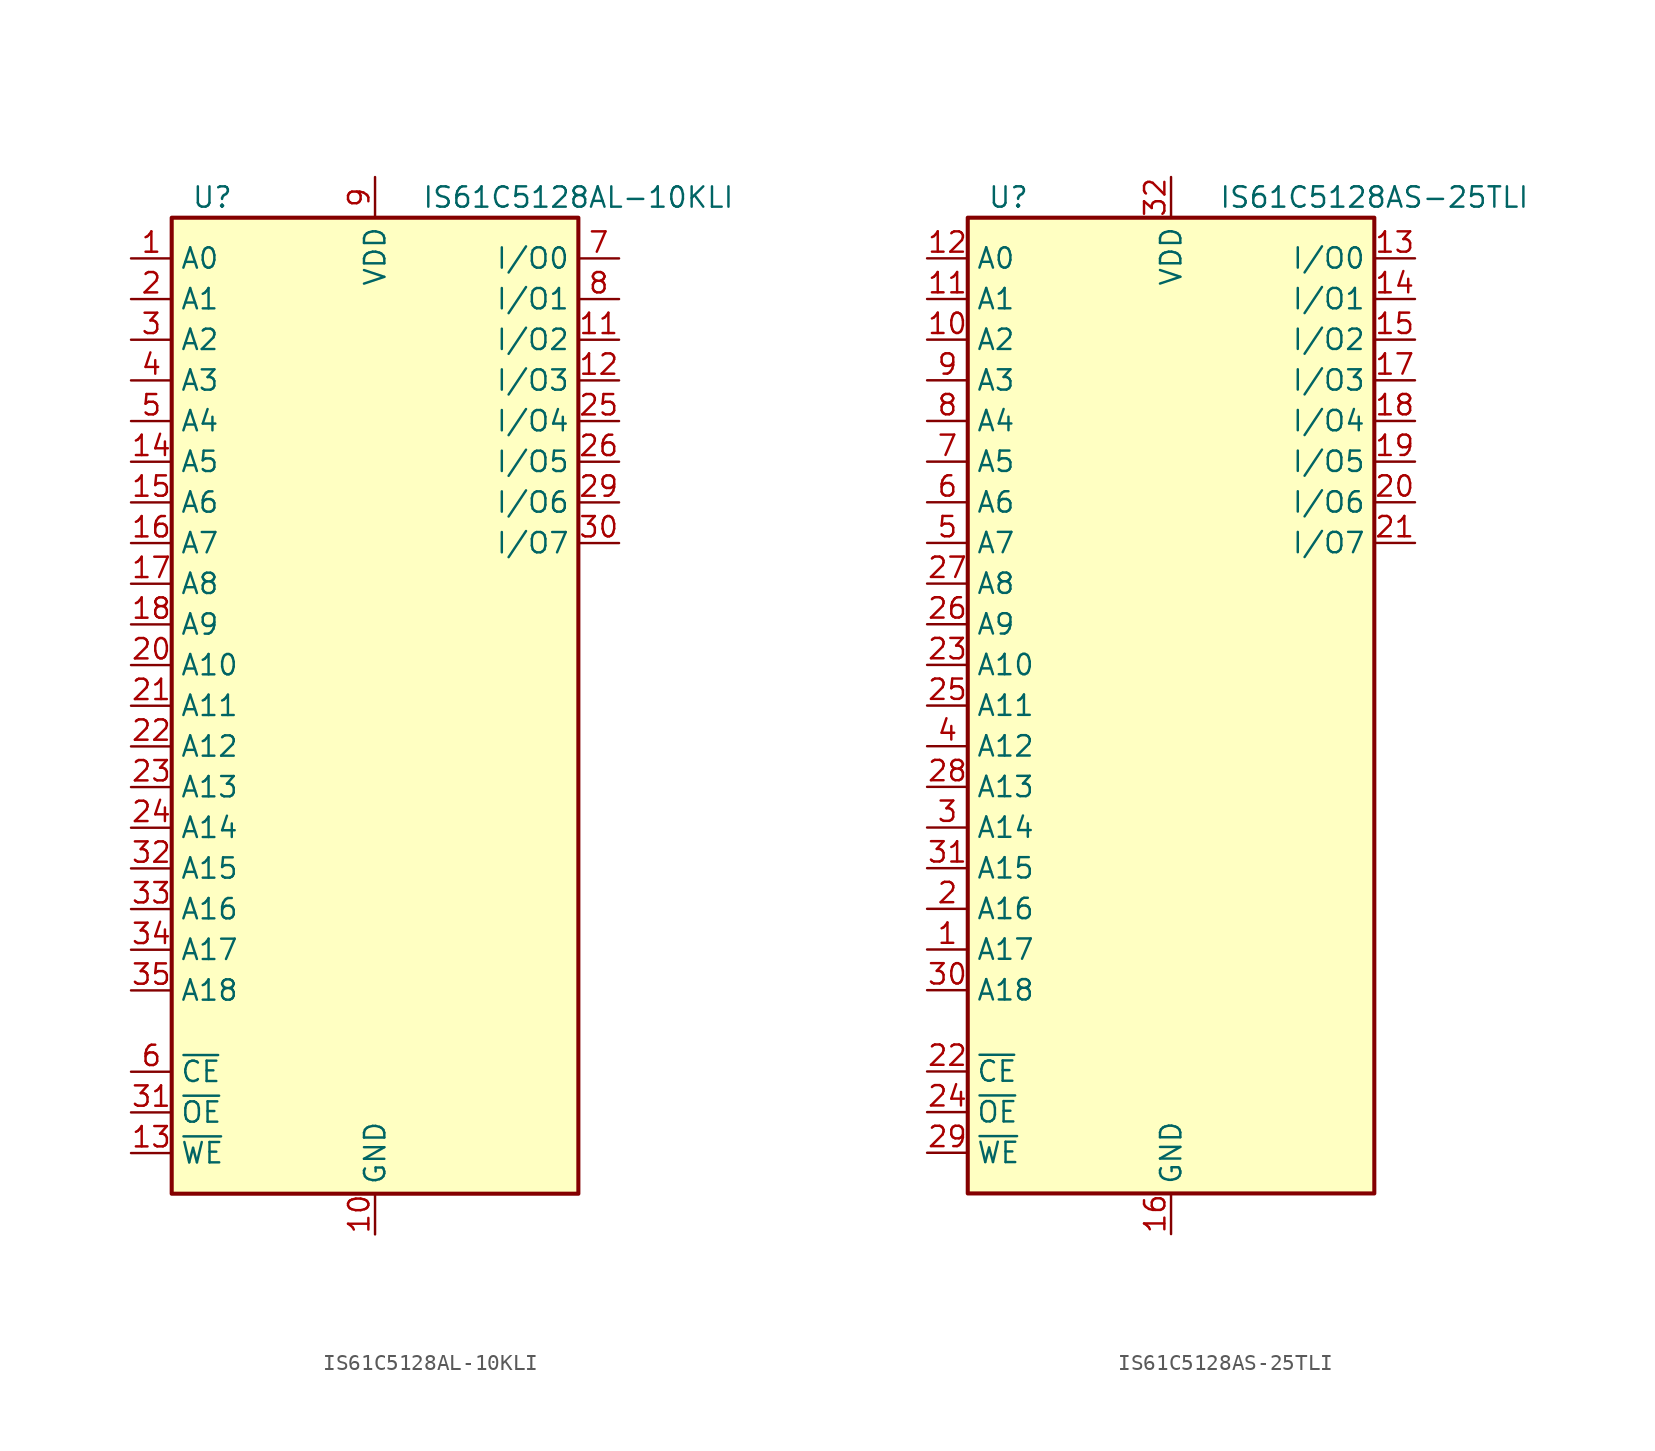
<source format=kicad_sym>
(kicad_symbol_lib
  (version 20220914)
  (generator kicad_symbol_editor)
  (symbol "IS61C5128AL-10KLI"
    (property "Reference" "U"
      (at -10.16 31.75 0)
      (effects (font (size 1.27 1.27))))
    (property "Value" "IS61C5128AL-10KLI"
      (at 12.7 31.75 0)
      (effects (font (size 1.27 1.27))))
    (symbol "IS61C5128AL-10KLI_0_1"
      (rectangle (start -12.7 30.48) (end 12.7 -30.48) (stroke (width 0.254) (type default)) (fill (type background))))
    (symbol "IS61C5128AL-10KLI_1_1"
      (pin input line (at -15.24 27.94 0) (length 2.54) (name "A0" (effects (font (size 1.27 1.27)))) (number "1" (effects (font (size 1.27 1.27)))))
      (pin power_in line (at 0 -33.02 90) (length 2.54) (name "GND" (effects (font (size 1.27 1.27)))) (number "10" (effects (font (size 1.27 1.27)))))
      (pin bidirectional line (at 15.24 22.86 180) (length 2.54) (name "I/O2" (effects (font (size 1.27 1.27)))) (number "11" (effects (font (size 1.27 1.27)))))
      (pin bidirectional line (at 15.24 20.32 180) (length 2.54) (name "I/O3" (effects (font (size 1.27 1.27)))) (number "12" (effects (font (size 1.27 1.27)))))
      (pin input line (at -15.24 -27.94 0) (length 2.54) (name "~{WE}" (effects (font (size 1.27 1.27)))) (number "13" (effects (font (size 1.27 1.27)))))
      (pin input line (at -15.24 15.24 0) (length 2.54) (name "A5" (effects (font (size 1.27 1.27)))) (number "14" (effects (font (size 1.27 1.27)))))
      (pin input line (at -15.24 12.7 0) (length 2.54) (name "A6" (effects (font (size 1.27 1.27)))) (number "15" (effects (font (size 1.27 1.27)))))
      (pin input line (at -15.24 10.16 0) (length 2.54) (name "A7" (effects (font (size 1.27 1.27)))) (number "16" (effects (font (size 1.27 1.27)))))
      (pin input line (at -15.24 7.62 0) (length 2.54) (name "A8" (effects (font (size 1.27 1.27)))) (number "17" (effects (font (size 1.27 1.27)))))
      (pin input line (at -15.24 5.08 0) (length 2.54) (name "A9" (effects (font (size 1.27 1.27)))) (number "18" (effects (font (size 1.27 1.27)))))
      (pin no_connect line (at 12.7 -27.94 180) (length 2.54) hide (name "NC" (effects (font (size 1.27 1.27)))) (number "19" (effects (font (size 1.27 1.27)))))
      (pin input line (at -15.24 25.4 0) (length 2.54) (name "A1" (effects (font (size 1.27 1.27)))) (number "2" (effects (font (size 1.27 1.27)))))
      (pin input line (at -15.24 2.54 0) (length 2.54) (name "A10" (effects (font (size 1.27 1.27)))) (number "20" (effects (font (size 1.27 1.27)))))
      (pin input line (at -15.24 0 0) (length 2.54) (name "A11" (effects (font (size 1.27 1.27)))) (number "21" (effects (font (size 1.27 1.27)))))
      (pin input line (at -15.24 -2.54 0) (length 2.54) (name "A12" (effects (font (size 1.27 1.27)))) (number "22" (effects (font (size 1.27 1.27)))))
      (pin input line (at -15.24 -5.08 0) (length 2.54) (name "A13" (effects (font (size 1.27 1.27)))) (number "23" (effects (font (size 1.27 1.27)))))
      (pin input line (at -15.24 -7.62 0) (length 2.54) (name "A14" (effects (font (size 1.27 1.27)))) (number "24" (effects (font (size 1.27 1.27)))))
      (pin bidirectional line (at 15.24 17.78 180) (length 2.54) (name "I/O4" (effects (font (size 1.27 1.27)))) (number "25" (effects (font (size 1.27 1.27)))))
      (pin bidirectional line (at 15.24 15.24 180) (length 2.54) (name "I/O5" (effects (font (size 1.27 1.27)))) (number "26" (effects (font (size 1.27 1.27)))))
      (pin passive line (at 0 33.02 270) (length 2.54) hide (name "VDD" (effects (font (size 1.27 1.27)))) (number "27" (effects (font (size 1.27 1.27)))))
      (pin passive line (at 0 -33.02 90) (length 2.54) hide (name "GND" (effects (font (size 1.27 1.27)))) (number "28" (effects (font (size 1.27 1.27)))))
      (pin bidirectional line (at 15.24 12.7 180) (length 2.54) (name "I/O6" (effects (font (size 1.27 1.27)))) (number "29" (effects (font (size 1.27 1.27)))))
      (pin input line (at -15.24 22.86 0) (length 2.54) (name "A2" (effects (font (size 1.27 1.27)))) (number "3" (effects (font (size 1.27 1.27)))))
      (pin bidirectional line (at 15.24 10.16 180) (length 2.54) (name "I/O7" (effects (font (size 1.27 1.27)))) (number "30" (effects (font (size 1.27 1.27)))))
      (pin input line (at -15.24 -25.4 0) (length 2.54) (name "~{OE}" (effects (font (size 1.27 1.27)))) (number "31" (effects (font (size 1.27 1.27)))))
      (pin input line (at -15.24 -10.16 0) (length 2.54) (name "A15" (effects (font (size 1.27 1.27)))) (number "32" (effects (font (size 1.27 1.27)))))
      (pin input line (at -15.24 -12.7 0) (length 2.54) (name "A16" (effects (font (size 1.27 1.27)))) (number "33" (effects (font (size 1.27 1.27)))))
      (pin input line (at -15.24 -15.24 0) (length 2.54) (name "A17" (effects (font (size 1.27 1.27)))) (number "34" (effects (font (size 1.27 1.27)))))
      (pin input line (at -15.24 -17.78 0) (length 2.54) (name "A18" (effects (font (size 1.27 1.27)))) (number "35" (effects (font (size 1.27 1.27)))))
      (pin no_connect line (at 12.7 -25.4 180) (length 2.54) hide (name "NC" (effects (font (size 1.27 1.27)))) (number "36" (effects (font (size 1.27 1.27)))))
      (pin input line (at -15.24 20.32 0) (length 2.54) (name "A3" (effects (font (size 1.27 1.27)))) (number "4" (effects (font (size 1.27 1.27)))))
      (pin input line (at -15.24 17.78 0) (length 2.54) (name "A4" (effects (font (size 1.27 1.27)))) (number "5" (effects (font (size 1.27 1.27)))))
      (pin input line (at -15.24 -22.86 0) (length 2.54) (name "~{CE}" (effects (font (size 1.27 1.27)))) (number "6" (effects (font (size 1.27 1.27)))))
      (pin bidirectional line (at 15.24 27.94 180) (length 2.54) (name "I/O0" (effects (font (size 1.27 1.27)))) (number "7" (effects (font (size 1.27 1.27)))))
      (pin bidirectional line (at 15.24 25.4 180) (length 2.54) (name "I/O1" (effects (font (size 1.27 1.27)))) (number "8" (effects (font (size 1.27 1.27)))))
      (pin power_in line (at 0 33.02 270) (length 2.54) (name "VDD" (effects (font (size 1.27 1.27)))) (number "9" (effects (font (size 1.27 1.27)))))))
  (symbol "IS61C5128AS-25TLI"
    (property "Reference" "U"
      (at -10.16 31.75 0)
      (effects (font (size 1.27 1.27))))
    (property "Value" "IS61C5128AS-25TLI"
      (at 12.7 31.75 0)
      (effects (font (size 1.27 1.27))))
    (symbol "IS61C5128AS-25TLI_0_1"
      (rectangle (start -12.7 30.48) (end 12.7 -30.48) (stroke (width 0.254) (type default)) (fill (type background))))
    (symbol "IS61C5128AS-25TLI_1_1"
      (pin input line (at -15.24 -15.24 0) (length 2.54) (name "A17" (effects (font (size 1.27 1.27)))) (number "1" (effects (font (size 1.27 1.27)))))
      (pin input line (at -15.24 22.86 0) (length 2.54) (name "A2" (effects (font (size 1.27 1.27)))) (number "10" (effects (font (size 1.27 1.27)))))
      (pin input line (at -15.24 25.4 0) (length 2.54) (name "A1" (effects (font (size 1.27 1.27)))) (number "11" (effects (font (size 1.27 1.27)))))
      (pin input line (at -15.24 27.94 0) (length 2.54) (name "A0" (effects (font (size 1.27 1.27)))) (number "12" (effects (font (size 1.27 1.27)))))
      (pin bidirectional line (at 15.24 27.94 180) (length 2.54) (name "I/O0" (effects (font (size 1.27 1.27)))) (number "13" (effects (font (size 1.27 1.27)))))
      (pin bidirectional line (at 15.24 25.4 180) (length 2.54) (name "I/O1" (effects (font (size 1.27 1.27)))) (number "14" (effects (font (size 1.27 1.27)))))
      (pin bidirectional line (at 15.24 22.86 180) (length 2.54) (name "I/O2" (effects (font (size 1.27 1.27)))) (number "15" (effects (font (size 1.27 1.27)))))
      (pin power_in line (at 0 -33.02 90) (length 2.54) (name "GND" (effects (font (size 1.27 1.27)))) (number "16" (effects (font (size 1.27 1.27)))))
      (pin bidirectional line (at 15.24 20.32 180) (length 2.54) (name "I/O3" (effects (font (size 1.27 1.27)))) (number "17" (effects (font (size 1.27 1.27)))))
      (pin bidirectional line (at 15.24 17.78 180) (length 2.54) (name "I/O4" (effects (font (size 1.27 1.27)))) (number "18" (effects (font (size 1.27 1.27)))))
      (pin bidirectional line (at 15.24 15.24 180) (length 2.54) (name "I/O5" (effects (font (size 1.27 1.27)))) (number "19" (effects (font (size 1.27 1.27)))))
      (pin input line (at -15.24 -12.7 0) (length 2.54) (name "A16" (effects (font (size 1.27 1.27)))) (number "2" (effects (font (size 1.27 1.27)))))
      (pin bidirectional line (at 15.24 12.7 180) (length 2.54) (name "I/O6" (effects (font (size 1.27 1.27)))) (number "20" (effects (font (size 1.27 1.27)))))
      (pin bidirectional line (at 15.24 10.16 180) (length 2.54) (name "I/O7" (effects (font (size 1.27 1.27)))) (number "21" (effects (font (size 1.27 1.27)))))
      (pin input line (at -15.24 -22.86 0) (length 2.54) (name "~{CE}" (effects (font (size 1.27 1.27)))) (number "22" (effects (font (size 1.27 1.27)))))
      (pin input line (at -15.24 2.54 0) (length 2.54) (name "A10" (effects (font (size 1.27 1.27)))) (number "23" (effects (font (size 1.27 1.27)))))
      (pin input line (at -15.24 -25.4 0) (length 2.54) (name "~{OE}" (effects (font (size 1.27 1.27)))) (number "24" (effects (font (size 1.27 1.27)))))
      (pin input line (at -15.24 0 0) (length 2.54) (name "A11" (effects (font (size 1.27 1.27)))) (number "25" (effects (font (size 1.27 1.27)))))
      (pin input line (at -15.24 5.08 0) (length 2.54) (name "A9" (effects (font (size 1.27 1.27)))) (number "26" (effects (font (size 1.27 1.27)))))
      (pin input line (at -15.24 7.62 0) (length 2.54) (name "A8" (effects (font (size 1.27 1.27)))) (number "27" (effects (font (size 1.27 1.27)))))
      (pin input line (at -15.24 -5.08 0) (length 2.54) (name "A13" (effects (font (size 1.27 1.27)))) (number "28" (effects (font (size 1.27 1.27)))))
      (pin input line (at -15.24 -27.94 0) (length 2.54) (name "~{WE}" (effects (font (size 1.27 1.27)))) (number "29" (effects (font (size 1.27 1.27)))))
      (pin input line (at -15.24 -7.62 0) (length 2.54) (name "A14" (effects (font (size 1.27 1.27)))) (number "3" (effects (font (size 1.27 1.27)))))
      (pin input line (at -15.24 -17.78 0) (length 2.54) (name "A18" (effects (font (size 1.27 1.27)))) (number "30" (effects (font (size 1.27 1.27)))))
      (pin input line (at -15.24 -10.16 0) (length 2.54) (name "A15" (effects (font (size 1.27 1.27)))) (number "31" (effects (font (size 1.27 1.27)))))
      (pin power_in line (at 0 33.02 270) (length 2.54) (name "VDD" (effects (font (size 1.27 1.27)))) (number "32" (effects (font (size 1.27 1.27)))))
      (pin input line (at -15.24 -2.54 0) (length 2.54) (name "A12" (effects (font (size 1.27 1.27)))) (number "4" (effects (font (size 1.27 1.27)))))
      (pin input line (at -15.24 10.16 0) (length 2.54) (name "A7" (effects (font (size 1.27 1.27)))) (number "5" (effects (font (size 1.27 1.27)))))
      (pin input line (at -15.24 12.7 0) (length 2.54) (name "A6" (effects (font (size 1.27 1.27)))) (number "6" (effects (font (size 1.27 1.27)))))
      (pin input line (at -15.24 15.24 0) (length 2.54) (name "A5" (effects (font (size 1.27 1.27)))) (number "7" (effects (font (size 1.27 1.27)))))
      (pin input line (at -15.24 17.78 0) (length 2.54) (name "A4" (effects (font (size 1.27 1.27)))) (number "8" (effects (font (size 1.27 1.27)))))
      (pin input line (at -15.24 20.32 0) (length 2.54) (name "A3" (effects (font (size 1.27 1.27)))) (number "9" (effects (font (size 1.27 1.27))))))))
</source>
